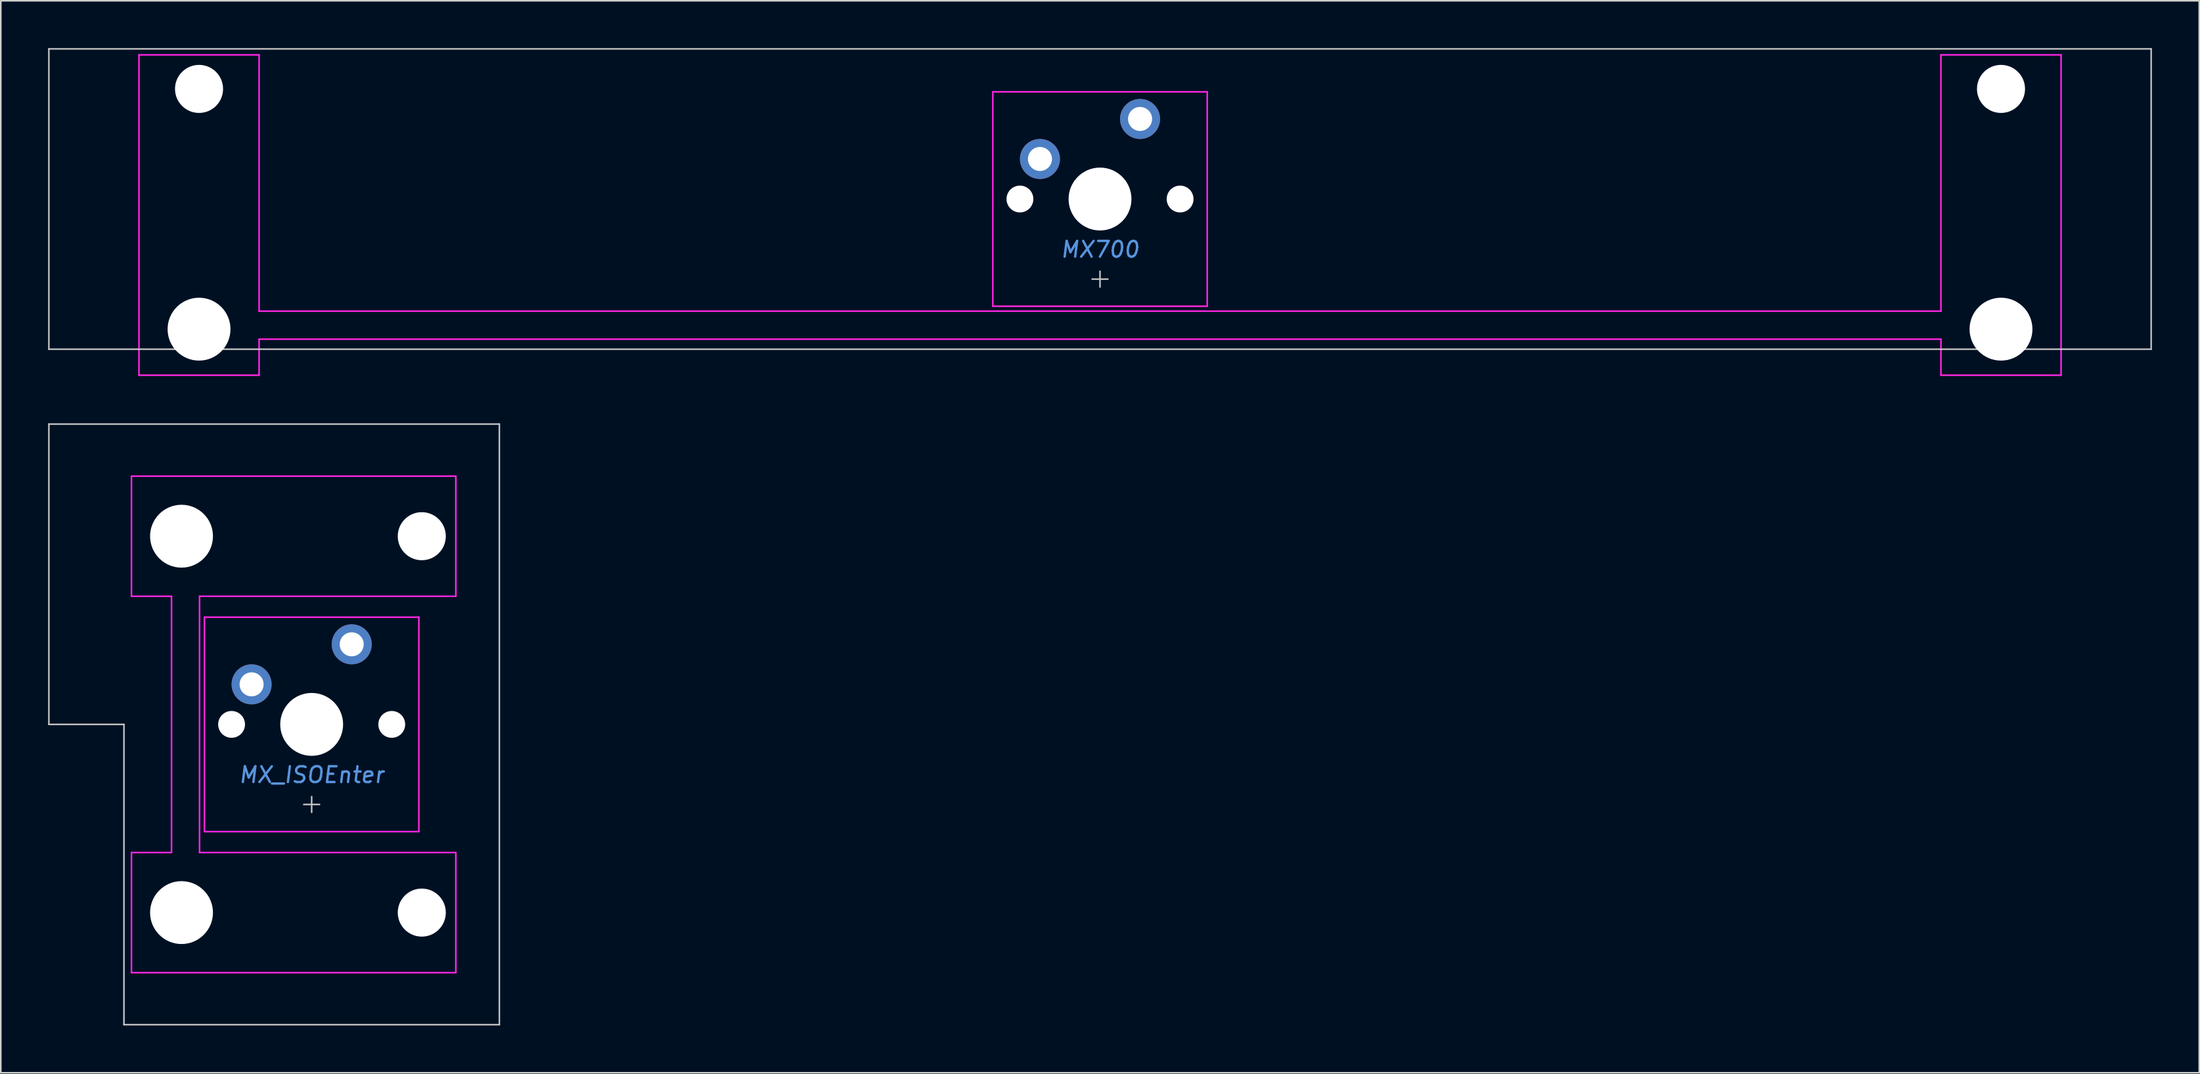
<source format=kicad_pcb>
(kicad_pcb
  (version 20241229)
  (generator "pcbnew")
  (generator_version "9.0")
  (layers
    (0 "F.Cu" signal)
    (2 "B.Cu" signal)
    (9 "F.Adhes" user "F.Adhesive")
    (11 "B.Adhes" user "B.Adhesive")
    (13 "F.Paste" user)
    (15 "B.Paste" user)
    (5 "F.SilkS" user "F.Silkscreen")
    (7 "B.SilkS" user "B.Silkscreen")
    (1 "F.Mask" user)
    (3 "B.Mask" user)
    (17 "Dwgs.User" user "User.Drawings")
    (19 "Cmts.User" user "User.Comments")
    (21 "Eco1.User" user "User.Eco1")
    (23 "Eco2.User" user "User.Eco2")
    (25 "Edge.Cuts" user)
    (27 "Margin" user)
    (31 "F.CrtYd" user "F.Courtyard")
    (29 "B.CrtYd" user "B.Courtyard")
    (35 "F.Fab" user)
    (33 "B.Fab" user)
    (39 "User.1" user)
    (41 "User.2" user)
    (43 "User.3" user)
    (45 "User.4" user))
  (footprint "MX700"
    (layer "F.Cu")
    (at 66.725 9.575)
    (property "Reference" "MX700" (at 0 3.2 0) (layer "Cmts.User") (effects (font (size 1 1) (thickness 0.15) (italic yes))))
    (attr through_hole)
    (fp_line (start -66.675 -9.525) (end -66.675 9.525) (stroke (width 0.1) (type solid)) (layer "Dwgs.User"))
    (fp_line (start 0 5.58) (end 0 4.58) (stroke (width 0.1) (type solid)) (layer "Dwgs.User"))
    (fp_line (start 0.5 5.08) (end -0.5 5.08) (stroke (width 0.1) (type solid)) (layer "Dwgs.User"))
    (fp_line (start 66.675 -9.525) (end -66.675 -9.525) (stroke (width 0.1) (type solid)) (layer "Dwgs.User"))
    (fp_line (start 66.675 -9.525) (end 66.675 9.525) (stroke (width 0.1) (type solid)) (layer "Dwgs.User"))
    (fp_line (start 66.675 9.525) (end -66.675 9.525) (stroke (width 0.1) (type solid)) (layer "Dwgs.User"))
    (fp_line (start -60.65 8.515) (end -60.65 -5.485) (stroke (width 0.1) (type solid)) (layer "Eco1.User"))
    (fp_line (start -60.15 9.015) (end -54.15 9.015) (stroke (width 0.1) (type solid)) (layer "Eco1.User"))
    (fp_line (start -54.15 -5.985) (end -60.15 -5.985) (stroke (width 0.1) (type solid)) (layer "Eco1.User"))
    (fp_line (start -53.65 -5.485) (end -53.65 8.515) (stroke (width 0.1) (type solid)) (layer "Eco1.User"))
    (fp_line (start -7 6.5) (end -7 -6.5) (stroke (width 0.1) (type solid)) (layer "Eco1.User"))
    (fp_line (start -6.5 -7) (end 6.5 -7) (stroke (width 0.1) (type solid)) (layer "Eco1.User"))
    (fp_line (start 6.5 7) (end -6.5 7) (stroke (width 0.1) (type solid)) (layer "Eco1.User"))
    (fp_line (start 7 -6.5) (end 7 6.5) (stroke (width 0.1) (type solid)) (layer "Eco1.User"))
    (fp_line (start 53.65 8.515) (end 53.65 -5.485) (stroke (width 0.1) (type solid)) (layer "Eco1.User"))
    (fp_line (start 54.15 9.015) (end 60.15 9.015) (stroke (width 0.1) (type solid)) (layer "Eco1.User"))
    (fp_line (start 60.15 -5.985) (end 54.15 -5.985) (stroke (width 0.1) (type solid)) (layer "Eco1.User"))
    (fp_line (start 60.65 -5.485) (end 60.65 8.515) (stroke (width 0.1) (type solid)) (layer "Eco1.User"))
    (fp_arc (start -60.65 -5.485) (mid -60.503553 -5.838553) (end -60.15 -5.985) (stroke (width 0.1) (type solid)) (layer "Eco1.User"))
    (fp_arc (start -60.15 9.015) (mid -60.503553 8.868553) (end -60.65 8.515) (stroke (width 0.1) (type solid)) (layer "Eco1.User"))
    (fp_arc (start -54.15 -5.985) (mid -53.796447 -5.838553) (end -53.65 -5.485) (stroke (width 0.1) (type solid)) (layer "Eco1.User"))
    (fp_arc (start -53.65 8.515) (mid -53.796447 8.868553) (end -54.15 9.015) (stroke (width 0.1) (type solid)) (layer "Eco1.User"))
    (fp_arc (start -7 -6.5) (mid -6.853553 -6.853553) (end -6.5 -7) (stroke (width 0.1) (type solid)) (layer "Eco1.User"))
    (fp_arc (start -6.5 7) (mid -6.853553 6.853553) (end -7 6.5) (stroke (width 0.1) (type solid)) (layer "Eco1.User"))
    (fp_arc (start 6.5 -7) (mid 6.853553 -6.853553) (end 7 -6.5) (stroke (width 0.1) (type solid)) (layer "Eco1.User"))
    (fp_arc (start 7 6.5) (mid 6.853553 6.853553) (end 6.5 7) (stroke (width 0.1) (type solid)) (layer "Eco1.User"))
    (fp_arc (start 53.65 -5.485) (mid 53.796447 -5.838553) (end 54.15 -5.985) (stroke (width 0.1) (type solid)) (layer "Eco1.User"))
    (fp_arc (start 54.15 9.015) (mid 53.796447 8.868553) (end 53.65 8.515) (stroke (width 0.1) (type solid)) (layer "Eco1.User"))
    (fp_arc (start 60.15 -5.985) (mid 60.503553 -5.838553) (end 60.65 -5.485) (stroke (width 0.1) (type solid)) (layer "Eco1.User"))
    (fp_arc (start 60.65 8.515) (mid 60.503553 8.868553) (end 60.15 9.015) (stroke (width 0.1) (type solid)) (layer "Eco1.User"))
    (fp_line (start -60.96 -9.144) (end -60.96 11.176) (stroke (width 0.1) (type solid)) (layer "F.CrtYd"))
    (fp_line (start -53.34 -9.144) (end -60.96 -9.144) (stroke (width 0.1) (type solid)) (layer "F.CrtYd"))
    (fp_line (start -53.34 7.112) (end -53.34 -9.144) (stroke (width 0.1) (type solid)) (layer "F.CrtYd"))
    (fp_line (start -53.34 8.89) (end -53.34 11.176) (stroke (width 0.1) (type solid)) (layer "F.CrtYd"))
    (fp_line (start -53.34 11.176) (end -60.96 11.176) (stroke (width 0.1) (type solid)) (layer "F.CrtYd"))
    (fp_line (start -6.8 6.8) (end -6.8 -6.8) (stroke (width 0.1) (type solid)) (layer "F.CrtYd"))
    (fp_line (start 6.8 -6.8) (end -6.8 -6.8) (stroke (width 0.1) (type solid)) (layer "F.CrtYd"))
    (fp_line (start 6.8 -6.8) (end 6.8 6.8) (stroke (width 0.1) (type solid)) (layer "F.CrtYd"))
    (fp_line (start 6.8 6.8) (end -6.8 6.8) (stroke (width 0.1) (type solid)) (layer "F.CrtYd"))
    (fp_line (start 53.34 7.112) (end -53.34 7.112) (stroke (width 0.1) (type solid)) (layer "F.CrtYd"))
    (fp_line (start 53.34 7.112) (end 53.34 -9.144) (stroke (width 0.1) (type solid)) (layer "F.CrtYd"))
    (fp_line (start 53.34 8.89) (end -53.34 8.89) (stroke (width 0.1) (type solid)) (layer "F.CrtYd"))
    (fp_line (start 53.34 8.89) (end 53.34 11.176) (stroke (width 0.1) (type solid)) (layer "F.CrtYd"))
    (fp_line (start 60.96 -9.144) (end 53.34 -9.144) (stroke (width 0.1) (type solid)) (layer "F.CrtYd"))
    (fp_line (start 60.96 -9.144) (end 60.96 11.176) (stroke (width 0.1) (type solid)) (layer "F.CrtYd"))
    (fp_line (start 60.96 11.176) (end 53.34 11.176) (stroke (width 0.1) (type solid)) (layer "F.CrtYd"))
    (pad "" np_thru_hole circle (at -57.15 -6.985 180) (size 3.048 3.048) (drill 3.048) (layers "*.Cu" "*.Mask"))
    (pad "" np_thru_hole circle (at -57.15 8.255 180) (size 3.988 3.988) (drill 3.988) (layers "*.Cu" "*.Mask"))
    (pad "" np_thru_hole circle (at -5.08 0) (size 1.702 1.702) (drill 1.702) (layers "*.Cu" "*.Mask"))
    (pad "" np_thru_hole circle (at 0 0) (size 3.988 3.988) (drill 3.988) (layers "*.Cu" "*.Mask"))
    (pad "" np_thru_hole circle (at 5.08 0) (size 1.702 1.702) (drill 1.702) (layers "*.Cu" "*.Mask"))
    (pad "" np_thru_hole circle (at 57.15 -6.985 180) (size 3.048 3.048) (drill 3.048) (layers "*.Cu" "*.Mask"))
    (pad "" np_thru_hole circle (at 57.15 8.255 180) (size 3.988 3.988) (drill 3.988) (layers "*.Cu" "*.Mask"))
    (pad "1" thru_hole circle (at 2.54 -5.08) (size 2.54 2.54) (drill 1.524) (layers "*.Cu" "*.Mask"))
    (pad "2" thru_hole circle (at -3.81 -2.54) (size 2.54 2.54) (drill 1.524) (layers "*.Cu" "*.Mask")))
  (footprint "MX_ISOEnter"
    (layer "F.Cu")
    (at 16.719 42.901)
    (property "Reference" "MX_ISOEnter" (at 0 3.2 0) (layer "Cmts.User") (effects (font (size 1 1) (thickness 0.15) (italic yes))))
    (attr through_hole)
    (fp_line (start -16.669 -19.05) (end 11.906 -19.05) (stroke (width 0.1) (type solid)) (layer "Dwgs.User"))
    (fp_line (start -16.669 0) (end -16.669 -19.05) (stroke (width 0.1) (type solid)) (layer "Dwgs.User"))
    (fp_line (start -16.669 0) (end -11.906 0) (stroke (width 0.1) (type solid)) (layer "Dwgs.User"))
    (fp_line (start -11.906 19.05) (end -11.906 0) (stroke (width 0.1) (type solid)) (layer "Dwgs.User"))
    (fp_line (start -11.906 19.05) (end 11.906 19.05) (stroke (width 0.1) (type solid)) (layer "Dwgs.User"))
    (fp_line (start 0 5.58) (end 0 4.58) (stroke (width 0.1) (type solid)) (layer "Dwgs.User"))
    (fp_line (start 0.5 5.08) (end -0.5 5.08) (stroke (width 0.1) (type solid)) (layer "Dwgs.User"))
    (fp_line (start 11.906 19.05) (end 11.906 -19.05) (stroke (width 0.1) (type solid)) (layer "Dwgs.User"))
    (fp_line (start -9.015 -14.938) (end -9.015 -8.938) (stroke (width 0.1) (type solid)) (layer "Eco1.User"))
    (fp_line (start -9.015 8.938) (end -9.015 14.938) (stroke (width 0.1) (type solid)) (layer "Eco1.User"))
    (fp_line (start -8.515 -15.438) (end 5.485 -15.438) (stroke (width 0.1) (type solid)) (layer "Eco1.User"))
    (fp_line (start -8.515 8.438) (end 5.485 8.438) (stroke (width 0.1) (type solid)) (layer "Eco1.User"))
    (fp_line (start -7 6.5) (end -7 -6.5) (stroke (width 0.1) (type solid)) (layer "Eco1.User"))
    (fp_line (start -6.5 -7) (end 6.5 -7) (stroke (width 0.1) (type solid)) (layer "Eco1.User"))
    (fp_line (start 5.485 -8.438) (end -8.515 -8.438) (stroke (width 0.1) (type solid)) (layer "Eco1.User"))
    (fp_line (start 5.485 15.438) (end -8.515 15.438) (stroke (width 0.1) (type solid)) (layer "Eco1.User"))
    (fp_line (start 5.985 -8.938) (end 5.985 -14.938) (stroke (width 0.1) (type solid)) (layer "Eco1.User"))
    (fp_line (start 5.985 14.938) (end 5.985 8.938) (stroke (width 0.1) (type solid)) (layer "Eco1.User"))
    (fp_line (start 6.5 7) (end -6.5 7) (stroke (width 0.1) (type solid)) (layer "Eco1.User"))
    (fp_line (start 7 -6.5) (end 7 6.5) (stroke (width 0.1) (type solid)) (layer "Eco1.User"))
    (fp_arc (start -9.015 -14.938) (mid -8.868553 -15.291553) (end -8.515 -15.438) (stroke (width 0.1) (type solid)) (layer "Eco1.User"))
    (fp_arc (start -9.015 8.938) (mid -8.868553 8.584447) (end -8.515 8.438) (stroke (width 0.1) (type solid)) (layer "Eco1.User"))
    (fp_arc (start -8.515 -8.438) (mid -8.868553 -8.584447) (end -9.015 -8.938) (stroke (width 0.1) (type solid)) (layer "Eco1.User"))
    (fp_arc (start -8.515 15.438) (mid -8.868553 15.291553) (end -9.015 14.938) (stroke (width 0.1) (type solid)) (layer "Eco1.User"))
    (fp_arc (start -7 -6.5) (mid -6.853553 -6.853553) (end -6.5 -7) (stroke (width 0.1) (type solid)) (layer "Eco1.User"))
    (fp_arc (start -6.5 7) (mid -6.853553 6.853553) (end -7 6.5) (stroke (width 0.1) (type solid)) (layer "Eco1.User"))
    (fp_arc (start 5.485 -15.438) (mid 5.838553 -15.291553) (end 5.985 -14.938) (stroke (width 0.1) (type solid)) (layer "Eco1.User"))
    (fp_arc (start 5.485 8.438) (mid 5.838553 8.584447) (end 5.985 8.938) (stroke (width 0.1) (type solid)) (layer "Eco1.User"))
    (fp_arc (start 5.985 -8.938) (mid 5.838553 -8.584447) (end 5.485 -8.438) (stroke (width 0.1) (type solid)) (layer "Eco1.User"))
    (fp_arc (start 5.985 14.938) (mid 5.838553 15.291553) (end 5.485 15.438) (stroke (width 0.1) (type solid)) (layer "Eco1.User"))
    (fp_arc (start 6.5 -7) (mid 6.853553 -6.853553) (end 7 -6.5) (stroke (width 0.1) (type solid)) (layer "Eco1.User"))
    (fp_arc (start 7 6.5) (mid 6.853553 6.853553) (end 6.5 7) (stroke (width 0.1) (type solid)) (layer "Eco1.User"))
    (fp_line (start -11.43 -15.748) (end -11.43 -8.128) (stroke (width 0.1) (type solid)) (layer "F.CrtYd"))
    (fp_line (start -11.43 -8.128) (end -8.89 -8.128) (stroke (width 0.1) (type solid)) (layer "F.CrtYd"))
    (fp_line (start -11.43 8.128) (end -11.43 15.748) (stroke (width 0.1) (type solid)) (layer "F.CrtYd"))
    (fp_line (start -11.43 8.128) (end -8.89 8.128) (stroke (width 0.1) (type solid)) (layer "F.CrtYd"))
    (fp_line (start -11.43 15.748) (end 9.144 15.748) (stroke (width 0.1) (type solid)) (layer "F.CrtYd"))
    (fp_line (start -8.89 8.128) (end -8.89 -8.128) (stroke (width 0.1) (type solid)) (layer "F.CrtYd"))
    (fp_line (start -7.112 8.128) (end -7.112 -8.128) (stroke (width 0.1) (type solid)) (layer "F.CrtYd"))
    (fp_line (start -6.8 -6.8) (end 6.8 -6.8) (stroke (width 0.1) (type solid)) (layer "F.CrtYd"))
    (fp_line (start -6.8 6.8) (end -6.8 -6.8) (stroke (width 0.1) (type solid)) (layer "F.CrtYd"))
    (fp_line (start -6.8 6.8) (end 6.8 6.8) (stroke (width 0.1) (type solid)) (layer "F.CrtYd"))
    (fp_line (start 6.8 6.8) (end 6.8 -6.8) (stroke (width 0.1) (type solid)) (layer "F.CrtYd"))
    (fp_line (start 9.144 -15.748) (end -11.43 -15.748) (stroke (width 0.1) (type solid)) (layer "F.CrtYd"))
    (fp_line (start 9.144 -8.128) (end -7.112 -8.128) (stroke (width 0.1) (type solid)) (layer "F.CrtYd"))
    (fp_line (start 9.144 -8.128) (end 9.144 -15.748) (stroke (width 0.1) (type solid)) (layer "F.CrtYd"))
    (fp_line (start 9.144 8.128) (end -7.112 8.128) (stroke (width 0.1) (type solid)) (layer "F.CrtYd"))
    (fp_line (start 9.144 15.748) (end 9.144 8.128) (stroke (width 0.1) (type solid)) (layer "F.CrtYd"))
    (pad "" np_thru_hole circle (at -8.255 -11.938 270) (size 3.988 3.988) (drill 3.988) (layers "*.Cu" "*.Mask"))
    (pad "" np_thru_hole circle (at -8.255 11.938 270) (size 3.988 3.988) (drill 3.988) (layers "*.Cu" "*.Mask"))
    (pad "" np_thru_hole circle (at -5.08 0) (size 1.702 1.702) (drill 1.702) (layers "*.Cu" "*.Mask"))
    (pad "" np_thru_hole circle (at 0 0) (size 3.988 3.988) (drill 3.988) (layers "*.Cu" "*.Mask"))
    (pad "" np_thru_hole circle (at 5.08 0) (size 1.702 1.702) (drill 1.702) (layers "*.Cu" "*.Mask"))
    (pad "" np_thru_hole circle (at 6.985 -11.938 270) (size 3.048 3.048) (drill 3.048) (layers "*.Cu" "*.Mask"))
    (pad "" np_thru_hole circle (at 6.985 11.938 270) (size 3.048 3.048) (drill 3.048) (layers "*.Cu" "*.Mask"))
    (pad "1" thru_hole circle (at 2.54 -5.08) (size 2.54 2.54) (drill 1.524) (layers "*.Cu" "*.Mask"))
    (pad "2" thru_hole circle (at -3.81 -2.54) (size 2.54 2.54) (drill 1.524) (layers "*.Cu" "*.Mask")))
  (gr_rect
    (start -3 -3)
    (end 136.45 65.001)
    (stroke (width 0.1) (type default))
    (fill no)
    (layer "Edge.Cuts")))
</source>
